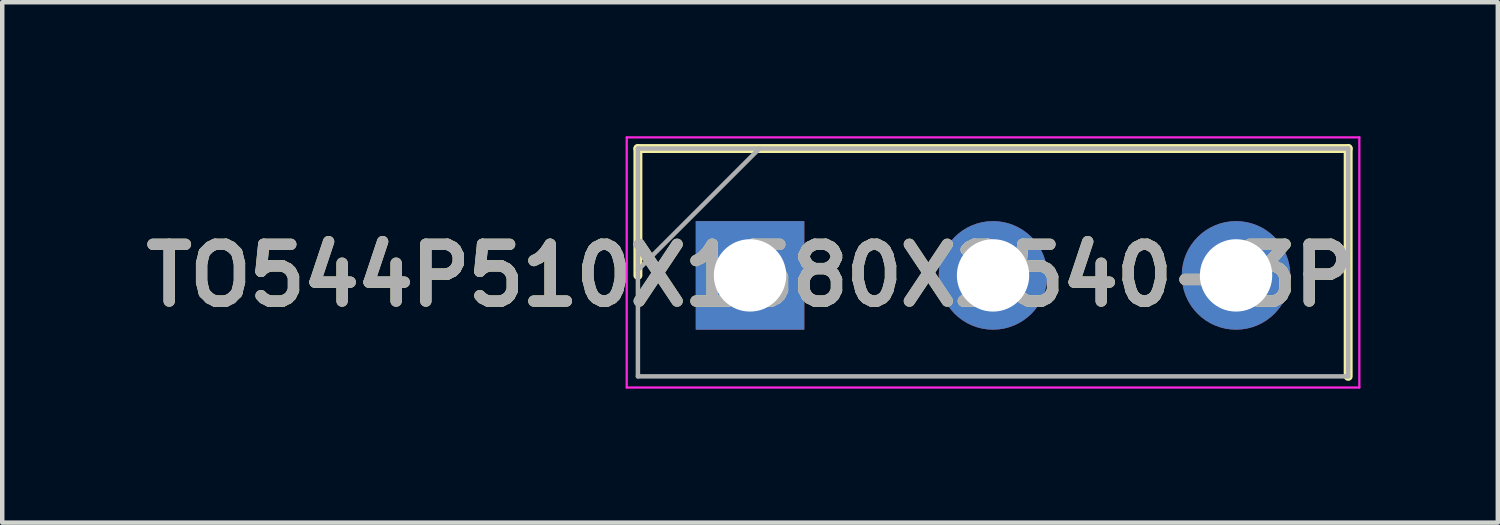
<source format=kicad_pcb>
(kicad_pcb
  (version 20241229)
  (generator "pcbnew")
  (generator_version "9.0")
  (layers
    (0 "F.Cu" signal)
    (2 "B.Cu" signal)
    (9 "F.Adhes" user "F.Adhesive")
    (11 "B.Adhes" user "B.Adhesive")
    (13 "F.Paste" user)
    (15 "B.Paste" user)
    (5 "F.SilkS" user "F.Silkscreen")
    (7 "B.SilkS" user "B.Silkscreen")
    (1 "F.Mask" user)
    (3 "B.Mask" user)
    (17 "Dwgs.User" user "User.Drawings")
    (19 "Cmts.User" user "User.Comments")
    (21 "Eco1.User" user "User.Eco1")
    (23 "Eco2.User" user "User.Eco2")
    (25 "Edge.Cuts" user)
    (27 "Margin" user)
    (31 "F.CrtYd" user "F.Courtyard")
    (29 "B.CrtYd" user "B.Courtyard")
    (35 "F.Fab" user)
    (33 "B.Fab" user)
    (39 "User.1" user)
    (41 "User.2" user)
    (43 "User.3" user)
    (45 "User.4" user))
  (footprint "TO544P510X1580X2540-3P"
    (layer "F.Cu")
    (at 13.74 3.115)
    (property "Reference" "TO544P510X1580X2540-3P" (at 0 0 0) (layer "F.SilkS") (effects (font (size 1.27 1.27) (thickness 0.254))))
    (attr through_hole)
    (fp_line (start -2.51 -2.84) (end -2.51 0) (stroke (width 0.2) (type solid)) (layer "F.SilkS"))
    (fp_line (start 13.39 -2.84) (end -2.51 -2.84) (stroke (width 0.2) (type solid)) (layer "F.SilkS"))
    (fp_line (start 13.39 2.26) (end 13.39 -2.84) (stroke (width 0.2) (type solid)) (layer "F.SilkS"))
    (fp_line (start -2.76 -3.09) (end 13.64 -3.09) (stroke (width 0.05) (type solid)) (layer "F.CrtYd"))
    (fp_line (start -2.76 2.51) (end -2.76 -3.09) (stroke (width 0.05) (type solid)) (layer "F.CrtYd"))
    (fp_line (start 13.64 -3.09) (end 13.64 2.51) (stroke (width 0.05) (type solid)) (layer "F.CrtYd"))
    (fp_line (start 13.64 2.51) (end -2.76 2.51) (stroke (width 0.05) (type solid)) (layer "F.CrtYd"))
    (fp_line (start -2.51 -2.84) (end 13.39 -2.84) (stroke (width 0.1) (type solid)) (layer "F.Fab"))
    (fp_line (start -2.51 -0.12) (end 0.21 -2.84) (stroke (width 0.1) (type solid)) (layer "F.Fab"))
    (fp_line (start -2.51 2.26) (end -2.51 -2.84) (stroke (width 0.1) (type solid)) (layer "F.Fab"))
    (fp_line (start 13.39 -2.84) (end 13.39 2.26) (stroke (width 0.1) (type solid)) (layer "F.Fab"))
    (fp_line (start 13.39 2.26) (end -2.51 2.26) (stroke (width 0.1) (type solid)) (layer "F.Fab"))
    (fp_text user "${REFERENCE}" (at 0 0 0) (layer "F.Fab") (effects (font (size 1.27 1.27) (thickness 0.254))))
    (pad "1" thru_hole rect (at 0 0) (size 2.43 2.43) (drill 1.62) (layers "*.Cu" "*.Mask"))
    (pad "2" thru_hole circle (at 5.44 0) (size 2.43 2.43) (drill 1.62) (layers "*.Cu" "*.Mask"))
    (pad "3" thru_hole circle (at 10.88 0) (size 2.43 2.43) (drill 1.62) (layers "*.Cu" "*.Mask")))
  (gr_rect
    (start -3 -3)
    (end 30.48 8.65)
    (stroke (width 0.1) (type default))
    (fill no)
    (layer "Edge.Cuts")))
</source>
